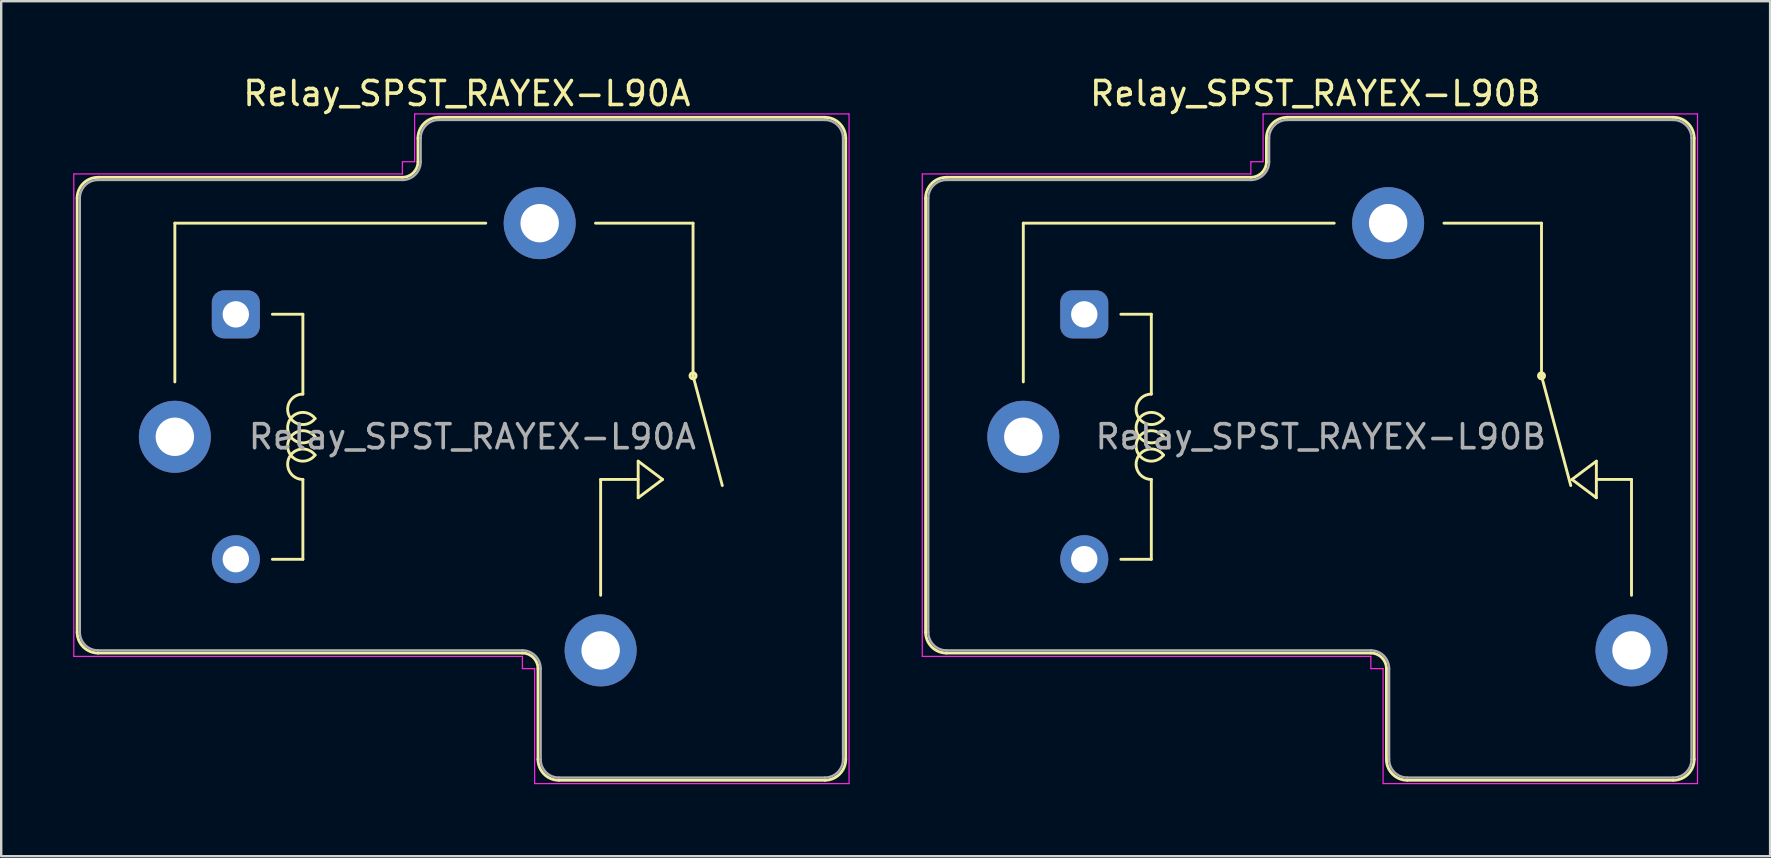
<source format=kicad_pcb>
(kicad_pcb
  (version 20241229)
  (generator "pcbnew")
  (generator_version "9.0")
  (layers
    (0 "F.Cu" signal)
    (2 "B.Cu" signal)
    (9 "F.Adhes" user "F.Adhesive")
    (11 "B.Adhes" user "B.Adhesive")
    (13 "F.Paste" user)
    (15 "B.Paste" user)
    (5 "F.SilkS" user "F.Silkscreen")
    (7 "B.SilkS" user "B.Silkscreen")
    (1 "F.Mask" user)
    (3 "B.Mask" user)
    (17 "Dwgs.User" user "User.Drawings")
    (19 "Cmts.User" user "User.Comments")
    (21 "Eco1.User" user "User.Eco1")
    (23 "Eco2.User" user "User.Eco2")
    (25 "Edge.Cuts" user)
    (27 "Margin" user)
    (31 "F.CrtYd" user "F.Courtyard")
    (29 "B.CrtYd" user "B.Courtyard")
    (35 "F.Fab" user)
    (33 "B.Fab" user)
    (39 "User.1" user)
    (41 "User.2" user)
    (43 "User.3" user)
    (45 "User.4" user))
  (footprint "Relay_SPST_RAYEX-L90B"
    (layer "F.Cu")
    (at 39.585 15.148)
    (property "Reference" "Relay_SPST_RAYEX-L90B" (at 12.167 -14.3 0) (layer "F.SilkS") (effects (font (size 1 1) (thickness 0.15))))
    (attr through_hole)
    (fp_line (start -4.07 -9.94) (end -4.07 8.14) (stroke (width 0.12) (type solid)) (layer "F.SilkS"))
    (fp_line (start -3.2 -10.81) (end 9.48 -10.81) (stroke (width 0.12) (type solid)) (layer "F.SilkS"))
    (fp_line (start -3.2 9.01) (end 14.48 9.01) (stroke (width 0.12) (type solid)) (layer "F.SilkS"))
    (fp_line (start 0 -8.9) (end 0 -2.286) (stroke (width 0.12) (type solid)) (layer "F.SilkS"))
    (fp_line (start 0 -8.9) (end 12.954 -8.9) (stroke (width 0.12) (type solid)) (layer "F.SilkS"))
    (fp_line (start 4.064 -5.105) (end 5.334 -5.105) (stroke (width 0.12) (type solid)) (layer "F.SilkS"))
    (fp_line (start 5.334 -1.778) (end 5.334 -5.105) (stroke (width 0.12) (type solid)) (layer "F.SilkS"))
    (fp_line (start 5.334 5.105) (end 4.064 5.105) (stroke (width 0.12) (type solid)) (layer "F.SilkS"))
    (fp_line (start 5.334 5.105) (end 5.334 1.778) (stroke (width 0.12) (type solid)) (layer "F.SilkS"))
    (fp_line (start 10.13 -12.44) (end 10.13 -11.46) (stroke (width 0.12) (type solid)) (layer "F.SilkS"))
    (fp_line (start 11 -13.31) (end 27.08 -13.31) (stroke (width 0.12) (type solid)) (layer "F.SilkS"))
    (fp_line (start 15.13 9.66) (end 15.13 13.44) (stroke (width 0.12) (type solid)) (layer "F.SilkS"))
    (fp_line (start 16 14.31) (end 27.08 14.31) (stroke (width 0.12) (type solid)) (layer "F.SilkS"))
    (fp_line (start 21.59 -8.9) (end 17.526 -8.9) (stroke (width 0.12) (type solid)) (layer "F.SilkS"))
    (fp_line (start 21.59 -2.54) (end 21.59 -8.9) (stroke (width 0.12) (type solid)) (layer "F.SilkS"))
    (fp_line (start 21.59 -2.54) (end 22.809 2.032) (stroke (width 0.12) (type solid)) (layer "F.SilkS"))
    (fp_line (start 22.86 1.778) (end 23.876 1.016) (stroke (width 0.12) (type solid)) (layer "F.SilkS"))
    (fp_line (start 23.876 1.778) (end 25.34 1.778) (stroke (width 0.12) (type solid)) (layer "F.SilkS"))
    (fp_line (start 23.876 2.54) (end 22.86 1.778) (stroke (width 0.12) (type solid)) (layer "F.SilkS"))
    (fp_line (start 23.876 2.54) (end 23.876 1.016) (stroke (width 0.12) (type solid)) (layer "F.SilkS"))
    (fp_line (start 25.34 1.778) (end 25.34 6.604) (stroke (width 0.12) (type solid)) (layer "F.SilkS"))
    (fp_line (start 27.95 -12.44) (end 27.95 13.44) (stroke (width 0.12) (type solid)) (layer "F.SilkS"))
    (fp_arc (start -4.07 -9.94) (mid -3.815183 -10.555183) (end -3.2 -10.81) (stroke (width 0.12) (type solid)) (layer "F.SilkS"))
    (fp_arc (start -3.2 9.01) (mid -3.815183 8.755183) (end -4.07 8.14) (stroke (width 0.12) (type solid)) (layer "F.SilkS"))
    (fp_arc (start 5.334002 1.777997) (mid 4.765966 0.859166) (end 5.841802 0.76173) (stroke (width 0.12) (type solid)) (layer "F.SilkS"))
    (fp_arc (start 5.8418 -0.761733) (mid 4.765964 -0.859168) (end 5.334 -1.778) (stroke (width 0.12) (type solid)) (layer "F.SilkS"))
    (fp_arc (start 5.842265 -0.000355) (mid 4.699002 -0.38078) (end 5.842 -0.762001) (stroke (width 0.12) (type solid)) (layer "F.SilkS"))
    (fp_arc (start 5.842266 0.761644) (mid 4.699003 0.381219) (end 5.842001 -0.000002) (stroke (width 0.12) (type solid)) (layer "F.SilkS"))
    (fp_arc (start 10.13 -12.44) (mid 10.384817 -13.055183) (end 11 -13.31) (stroke (width 0.12) (type solid)) (layer "F.SilkS"))
    (fp_arc (start 10.13 -11.46) (mid 9.939619 -11.000381) (end 9.48 -10.81) (stroke (width 0.12) (type solid)) (layer "F.SilkS"))
    (fp_arc (start 14.48 9.01) (mid 14.939619 9.200381) (end 15.13 9.66) (stroke (width 0.12) (type solid)) (layer "F.SilkS"))
    (fp_arc (start 16 14.31) (mid 15.384817 14.055183) (end 15.13 13.44) (stroke (width 0.12) (type solid)) (layer "F.SilkS"))
    (fp_arc (start 27.08 -13.31) (mid 27.695183 -13.055183) (end 27.95 -12.44) (stroke (width 0.12) (type solid)) (layer "F.SilkS"))
    (fp_arc (start 27.95 13.44) (mid 27.695183 14.055183) (end 27.08 14.31) (stroke (width 0.12) (type solid)) (layer "F.SilkS"))
    (fp_circle (center 21.59 -2.54) (end 21.59 -2.413) (stroke (width 0.12) (type solid)) (fill no) (layer "F.SilkS"))
    (fp_line (start -4.21 -10.95) (end -4.21 9.15) (stroke (width 0.05) (type solid)) (layer "F.CrtYd"))
    (fp_line (start -4.21 -10.95) (end 9.48 -10.95) (stroke (width 0.05) (type solid)) (layer "F.CrtYd"))
    (fp_line (start -4.21 9.15) (end 14.48 9.15) (stroke (width 0.05) (type solid)) (layer "F.CrtYd"))
    (fp_line (start 9.48 -11.46) (end 9.48 -10.95) (stroke (width 0.05) (type solid)) (layer "F.CrtYd"))
    (fp_line (start 9.48 -11.46) (end 9.99 -11.46) (stroke (width 0.05) (type solid)) (layer "F.CrtYd"))
    (fp_line (start 9.99 -13.45) (end 9.99 -11.46) (stroke (width 0.05) (type solid)) (layer "F.CrtYd"))
    (fp_line (start 9.99 -13.45) (end 28.09 -13.45) (stroke (width 0.05) (type solid)) (layer "F.CrtYd"))
    (fp_line (start 14.48 9.15) (end 14.48 9.66) (stroke (width 0.05) (type solid)) (layer "F.CrtYd"))
    (fp_line (start 14.48 9.66) (end 14.99 9.66) (stroke (width 0.05) (type solid)) (layer "F.CrtYd"))
    (fp_line (start 14.99 9.66) (end 14.99 14.45) (stroke (width 0.05) (type solid)) (layer "F.CrtYd"))
    (fp_line (start 14.99 14.45) (end 28.09 14.45) (stroke (width 0.05) (type solid)) (layer "F.CrtYd"))
    (fp_line (start 28.09 -13.45) (end 28.09 14.45) (stroke (width 0.05) (type solid)) (layer "F.CrtYd"))
    (fp_line (start -3.96 -9.94) (end -3.96 8.14) (stroke (width 0.1) (type solid)) (layer "F.Fab"))
    (fp_line (start -3.2 -10.7) (end 9.48 -10.7) (stroke (width 0.1) (type solid)) (layer "F.Fab"))
    (fp_line (start -3.2 8.9) (end 14.48 8.9) (stroke (width 0.1) (type solid)) (layer "F.Fab"))
    (fp_line (start 10.24 -12.44) (end 10.24 -11.46) (stroke (width 0.1) (type solid)) (layer "F.Fab"))
    (fp_line (start 11 -13.2) (end 27.08 -13.2) (stroke (width 0.1) (type solid)) (layer "F.Fab"))
    (fp_line (start 15.24 9.66) (end 15.24 13.44) (stroke (width 0.1) (type solid)) (layer "F.Fab"))
    (fp_line (start 16 14.2) (end 27.08 14.2) (stroke (width 0.1) (type solid)) (layer "F.Fab"))
    (fp_line (start 27.84 -12.44) (end 27.84 13.44) (stroke (width 0.1) (type solid)) (layer "F.Fab"))
    (fp_arc (start -3.96 -9.94) (mid -3.737401 -10.477401) (end -3.2 -10.7) (stroke (width 0.1) (type solid)) (layer "F.Fab"))
    (fp_arc (start -3.2 8.9) (mid -3.737401 8.677401) (end -3.96 8.14) (stroke (width 0.1) (type solid)) (layer "F.Fab"))
    (fp_arc (start 10.24 -12.44) (mid 10.462599 -12.977401) (end 11 -13.2) (stroke (width 0.1) (type solid)) (layer "F.Fab"))
    (fp_arc (start 10.24 -11.46) (mid 10.017401 -10.922599) (end 9.48 -10.7) (stroke (width 0.1) (type solid)) (layer "F.Fab"))
    (fp_arc (start 14.48 8.9) (mid 15.017401 9.122599) (end 15.24 9.66) (stroke (width 0.1) (type solid)) (layer "F.Fab"))
    (fp_arc (start 16 14.2) (mid 15.462599 13.977401) (end 15.24 13.44) (stroke (width 0.1) (type solid)) (layer "F.Fab"))
    (fp_arc (start 27.08 -13.2) (mid 27.617401 -12.977401) (end 27.84 -12.44) (stroke (width 0.1) (type solid)) (layer "F.Fab"))
    (fp_arc (start 27.84 13.44) (mid 27.617401 13.977401) (end 27.08 14.2) (stroke (width 0.1) (type solid)) (layer "F.Fab"))
    (fp_text user "${REFERENCE}" (at 12.395 0 0) (layer "F.Fab") (effects (font (size 1 1) (thickness 0.15))))
    (pad "11A" thru_hole circle (at 0 0 180) (size 3 3) (drill 1.6) (layers "*.Cu" "*.Mask"))
    (pad "11B" thru_hole circle (at 15.2 -8.9 180) (size 3 3) (drill 1.6) (layers "*.Cu" "*.Mask"))
    (pad "12" thru_hole circle (at 25.34 8.9 180) (size 3 3) (drill 1.6) (layers "*.Cu" "*.Mask"))
    (pad "A1" thru_hole roundrect (at 2.54 -5.1 180) (size 2 2) (drill 1.1) (layers "*.Cu" "*.Mask") (roundrect_rratio 0.25))
    (pad "A2" thru_hole circle (at 2.54 5.1 180) (size 2 2) (drill 1.1) (layers "*.Cu" "*.Mask")))
  (footprint "Relay_SPST_RAYEX-L90A"
    (layer "F.Cu")
    (at 4.235 15.148)
    (property "Reference" "Relay_SPST_RAYEX-L90A" (at 12.167 -14.3 0) (layer "F.SilkS") (effects (font (size 1 1) (thickness 0.15))))
    (attr through_hole)
    (fp_line (start -4.07 -9.94) (end -4.07 8.14) (stroke (width 0.12) (type solid)) (layer "F.SilkS"))
    (fp_line (start -3.2 -10.81) (end 9.48 -10.81) (stroke (width 0.12) (type solid)) (layer "F.SilkS"))
    (fp_line (start -3.2 9.01) (end 14.48 9.01) (stroke (width 0.12) (type solid)) (layer "F.SilkS"))
    (fp_line (start 0 -8.9) (end 0 -2.286) (stroke (width 0.12) (type solid)) (layer "F.SilkS"))
    (fp_line (start 0 -8.9) (end 12.954 -8.9) (stroke (width 0.12) (type solid)) (layer "F.SilkS"))
    (fp_line (start 4.064 -5.105) (end 5.334 -5.105) (stroke (width 0.12) (type solid)) (layer "F.SilkS"))
    (fp_line (start 5.334 -1.778) (end 5.334 -5.105) (stroke (width 0.12) (type solid)) (layer "F.SilkS"))
    (fp_line (start 5.334 5.105) (end 4.064 5.105) (stroke (width 0.12) (type solid)) (layer "F.SilkS"))
    (fp_line (start 5.334 5.105) (end 5.334 1.778) (stroke (width 0.12) (type solid)) (layer "F.SilkS"))
    (fp_line (start 10.13 -12.44) (end 10.13 -11.46) (stroke (width 0.12) (type solid)) (layer "F.SilkS"))
    (fp_line (start 11 -13.31) (end 27.08 -13.31) (stroke (width 0.12) (type solid)) (layer "F.SilkS"))
    (fp_line (start 15.13 9.66) (end 15.13 13.44) (stroke (width 0.12) (type solid)) (layer "F.SilkS"))
    (fp_line (start 16 14.31) (end 27.08 14.31) (stroke (width 0.12) (type solid)) (layer "F.SilkS"))
    (fp_line (start 17.74 1.778) (end 19.304 1.778) (stroke (width 0.12) (type solid)) (layer "F.SilkS"))
    (fp_line (start 17.74 6.604) (end 17.74 1.778) (stroke (width 0.12) (type solid)) (layer "F.SilkS"))
    (fp_line (start 19.304 1.016) (end 19.304 2.54) (stroke (width 0.12) (type solid)) (layer "F.SilkS"))
    (fp_line (start 19.304 2.54) (end 20.32 1.778) (stroke (width 0.12) (type solid)) (layer "F.SilkS"))
    (fp_line (start 20.32 1.778) (end 19.304 1.016) (stroke (width 0.12) (type solid)) (layer "F.SilkS"))
    (fp_line (start 21.59 -8.9) (end 17.526 -8.9) (stroke (width 0.12) (type solid)) (layer "F.SilkS"))
    (fp_line (start 21.59 -2.54) (end 21.59 -8.9) (stroke (width 0.12) (type solid)) (layer "F.SilkS"))
    (fp_line (start 21.59 -2.54) (end 22.809 2.032) (stroke (width 0.12) (type solid)) (layer "F.SilkS"))
    (fp_line (start 27.95 -12.44) (end 27.95 13.44) (stroke (width 0.12) (type solid)) (layer "F.SilkS"))
    (fp_arc (start -4.07 -9.94) (mid -3.815183 -10.555183) (end -3.2 -10.81) (stroke (width 0.12) (type solid)) (layer "F.SilkS"))
    (fp_arc (start -3.2 9.01) (mid -3.815183 8.755183) (end -4.07 8.14) (stroke (width 0.12) (type solid)) (layer "F.SilkS"))
    (fp_arc (start 5.334002 1.777997) (mid 4.765966 0.859166) (end 5.841802 0.76173) (stroke (width 0.12) (type solid)) (layer "F.SilkS"))
    (fp_arc (start 5.8418 -0.761733) (mid 4.765964 -0.859168) (end 5.334 -1.778) (stroke (width 0.12) (type solid)) (layer "F.SilkS"))
    (fp_arc (start 5.842265 -0.000355) (mid 4.699002 -0.38078) (end 5.842 -0.762001) (stroke (width 0.12) (type solid)) (layer "F.SilkS"))
    (fp_arc (start 5.842266 0.761644) (mid 4.699003 0.381219) (end 5.842001 -0.000002) (stroke (width 0.12) (type solid)) (layer "F.SilkS"))
    (fp_arc (start 10.13 -12.44) (mid 10.384817 -13.055183) (end 11 -13.31) (stroke (width 0.12) (type solid)) (layer "F.SilkS"))
    (fp_arc (start 10.13 -11.46) (mid 9.939619 -11.000381) (end 9.48 -10.81) (stroke (width 0.12) (type solid)) (layer "F.SilkS"))
    (fp_arc (start 14.48 9.01) (mid 14.939619 9.200381) (end 15.13 9.66) (stroke (width 0.12) (type solid)) (layer "F.SilkS"))
    (fp_arc (start 16 14.31) (mid 15.384817 14.055183) (end 15.13 13.44) (stroke (width 0.12) (type solid)) (layer "F.SilkS"))
    (fp_arc (start 27.08 -13.31) (mid 27.695183 -13.055183) (end 27.95 -12.44) (stroke (width 0.12) (type solid)) (layer "F.SilkS"))
    (fp_arc (start 27.95 13.44) (mid 27.695183 14.055183) (end 27.08 14.31) (stroke (width 0.12) (type solid)) (layer "F.SilkS"))
    (fp_circle (center 21.59 -2.54) (end 21.59 -2.413) (stroke (width 0.12) (type solid)) (fill no) (layer "F.SilkS"))
    (fp_line (start -4.21 -10.95) (end -4.21 9.15) (stroke (width 0.05) (type solid)) (layer "F.CrtYd"))
    (fp_line (start -4.21 -10.95) (end 9.48 -10.95) (stroke (width 0.05) (type solid)) (layer "F.CrtYd"))
    (fp_line (start -4.21 9.15) (end 14.48 9.15) (stroke (width 0.05) (type solid)) (layer "F.CrtYd"))
    (fp_line (start 9.48 -11.46) (end 9.48 -10.95) (stroke (width 0.05) (type solid)) (layer "F.CrtYd"))
    (fp_line (start 9.48 -11.46) (end 9.99 -11.46) (stroke (width 0.05) (type solid)) (layer "F.CrtYd"))
    (fp_line (start 9.99 -13.45) (end 9.99 -11.46) (stroke (width 0.05) (type solid)) (layer "F.CrtYd"))
    (fp_line (start 9.99 -13.45) (end 28.09 -13.45) (stroke (width 0.05) (type solid)) (layer "F.CrtYd"))
    (fp_line (start 14.48 9.15) (end 14.48 9.66) (stroke (width 0.05) (type solid)) (layer "F.CrtYd"))
    (fp_line (start 14.48 9.66) (end 14.99 9.66) (stroke (width 0.05) (type solid)) (layer "F.CrtYd"))
    (fp_line (start 14.99 9.66) (end 14.99 14.45) (stroke (width 0.05) (type solid)) (layer "F.CrtYd"))
    (fp_line (start 14.99 14.45) (end 28.09 14.45) (stroke (width 0.05) (type solid)) (layer "F.CrtYd"))
    (fp_line (start 28.09 -13.45) (end 28.09 14.45) (stroke (width 0.05) (type solid)) (layer "F.CrtYd"))
    (fp_line (start -3.96 -9.94) (end -3.96 8.14) (stroke (width 0.1) (type solid)) (layer "F.Fab"))
    (fp_line (start -3.2 -10.7) (end 9.48 -10.7) (stroke (width 0.1) (type solid)) (layer "F.Fab"))
    (fp_line (start -3.2 8.9) (end 14.48 8.9) (stroke (width 0.1) (type solid)) (layer "F.Fab"))
    (fp_line (start 10.24 -12.44) (end 10.24 -11.46) (stroke (width 0.1) (type solid)) (layer "F.Fab"))
    (fp_line (start 11 -13.2) (end 27.08 -13.2) (stroke (width 0.1) (type solid)) (layer "F.Fab"))
    (fp_line (start 15.24 9.66) (end 15.24 13.44) (stroke (width 0.1) (type solid)) (layer "F.Fab"))
    (fp_line (start 16 14.2) (end 27.08 14.2) (stroke (width 0.1) (type solid)) (layer "F.Fab"))
    (fp_line (start 27.84 -12.44) (end 27.84 13.44) (stroke (width 0.1) (type solid)) (layer "F.Fab"))
    (fp_arc (start -3.96 -9.94) (mid -3.737401 -10.477401) (end -3.2 -10.7) (stroke (width 0.1) (type solid)) (layer "F.Fab"))
    (fp_arc (start -3.2 8.9) (mid -3.737401 8.677401) (end -3.96 8.14) (stroke (width 0.1) (type solid)) (layer "F.Fab"))
    (fp_arc (start 10.24 -12.44) (mid 10.462599 -12.977401) (end 11 -13.2) (stroke (width 0.1) (type solid)) (layer "F.Fab"))
    (fp_arc (start 10.24 -11.46) (mid 10.017401 -10.922599) (end 9.48 -10.7) (stroke (width 0.1) (type solid)) (layer "F.Fab"))
    (fp_arc (start 14.48 8.9) (mid 15.017401 9.122599) (end 15.24 9.66) (stroke (width 0.1) (type solid)) (layer "F.Fab"))
    (fp_arc (start 16 14.2) (mid 15.462599 13.977401) (end 15.24 13.44) (stroke (width 0.1) (type solid)) (layer "F.Fab"))
    (fp_arc (start 27.08 -13.2) (mid 27.617401 -12.977401) (end 27.84 -12.44) (stroke (width 0.1) (type solid)) (layer "F.Fab"))
    (fp_arc (start 27.84 13.44) (mid 27.617401 13.977401) (end 27.08 14.2) (stroke (width 0.1) (type solid)) (layer "F.Fab"))
    (fp_text user "${REFERENCE}" (at 12.395 0 0) (layer "F.Fab") (effects (font (size 1 1) (thickness 0.15))))
    (pad "13A" thru_hole circle (at 0 0 180) (size 3 3) (drill 1.6) (layers "*.Cu" "*.Mask"))
    (pad "13B" thru_hole circle (at 15.2 -8.9 180) (size 3 3) (drill 1.6) (layers "*.Cu" "*.Mask"))
    (pad "14" thru_hole circle (at 17.74 8.9 180) (size 3 3) (drill 1.6) (layers "*.Cu" "*.Mask"))
    (pad "A1" thru_hole roundrect (at 2.54 -5.1 180) (size 2 2) (drill 1.1) (layers "*.Cu" "*.Mask") (roundrect_rratio 0.25))
    (pad "A2" thru_hole circle (at 2.54 5.1 180) (size 2 2) (drill 1.1) (layers "*.Cu" "*.Mask")))
  (gr_rect
    (start -3 -3)
    (end 70.7 32.623)
    (stroke (width 0.1) (type default))
    (fill no)
    (layer "Edge.Cuts")))
</source>
